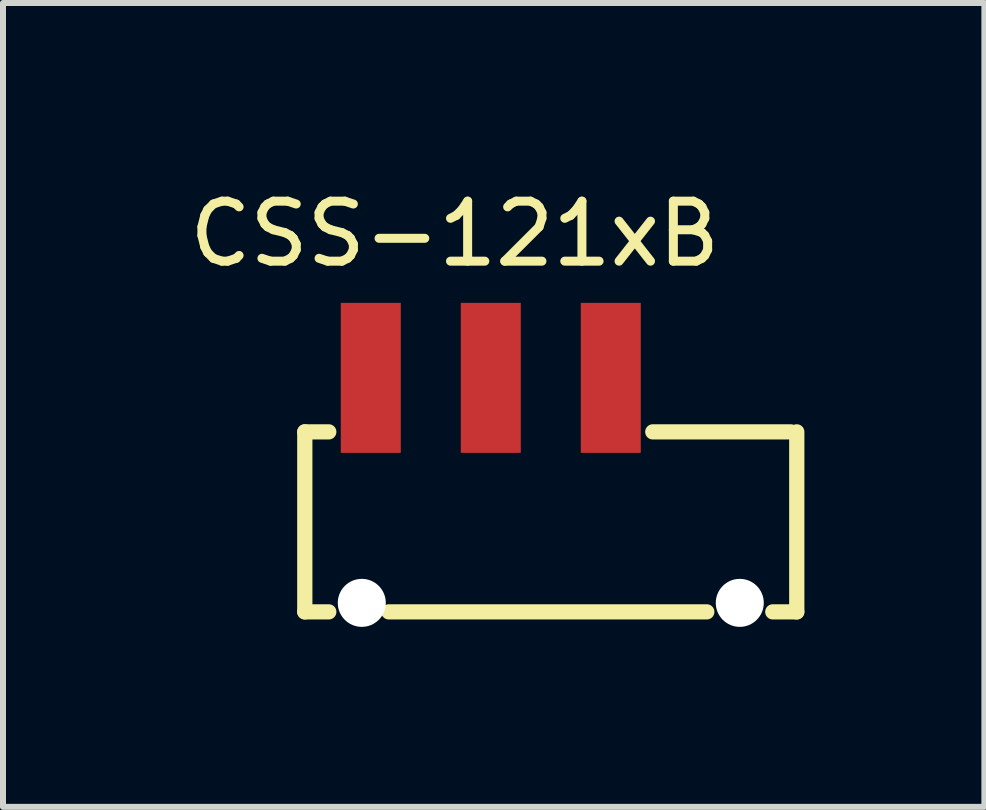
<source format=kicad_pcb>
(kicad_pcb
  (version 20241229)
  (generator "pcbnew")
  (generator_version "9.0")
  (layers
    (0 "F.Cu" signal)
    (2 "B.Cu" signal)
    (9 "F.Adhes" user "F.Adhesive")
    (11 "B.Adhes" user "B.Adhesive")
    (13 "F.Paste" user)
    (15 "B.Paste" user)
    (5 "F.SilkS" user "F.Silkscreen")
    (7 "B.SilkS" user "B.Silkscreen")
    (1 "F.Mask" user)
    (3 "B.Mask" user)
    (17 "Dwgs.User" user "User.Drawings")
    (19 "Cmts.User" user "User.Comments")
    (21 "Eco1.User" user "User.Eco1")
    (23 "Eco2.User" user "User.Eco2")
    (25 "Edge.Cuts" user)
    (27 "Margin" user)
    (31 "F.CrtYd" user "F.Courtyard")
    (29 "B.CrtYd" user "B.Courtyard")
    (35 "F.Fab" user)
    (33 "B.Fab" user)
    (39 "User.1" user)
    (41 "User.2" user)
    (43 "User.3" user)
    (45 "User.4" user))
  (footprint "CSS-121xB"
    (layer "F.Cu")
    (at 3.13 3.248)
    (property "Reference" "CSS-121xB" (at 1.4 -2.4 0) (layer "F.SilkS") (effects (font (size 1 1) (thickness 0.15))))
    (attr through_hole)
    (fp_line (start -1.1 0.9) (end -0.7 0.9) (stroke (width 0.254) (type solid)) (layer "F.SilkS"))
    (fp_line (start -1.1 3.9) (end -1.1 0.9) (stroke (width 0.254) (type solid)) (layer "F.SilkS"))
    (fp_line (start -1.1 3.9) (end -0.7 3.9) (stroke (width 0.254) (type solid)) (layer "F.SilkS"))
    (fp_line (start 0.3 3.9) (end 5.6 3.9) (stroke (width 0.254) (type solid)) (layer "F.SilkS"))
    (fp_line (start 7 0.9) (end 4.7 0.9) (stroke (width 0.254) (type solid)) (layer "F.SilkS"))
    (fp_line (start 7.1 0.9) (end 7.1 3.9) (stroke (width 0.254) (type solid)) (layer "F.SilkS"))
    (fp_line (start 7.1 3.9) (end 6.7 3.9) (stroke (width 0.254) (type solid)) (layer "F.SilkS"))
    (pad "" np_thru_hole circle (at -0.15 3.75) (size 0.8 0.8) (drill 0.8) (layers "*.Cu" "*.Mask"))
    (pad "" np_thru_hole circle (at 6.15 3.75) (size 0.8 0.8) (drill 0.8) (layers "*.Cu" "*.Mask"))
    (pad "1" smd rect (at 0 0) (size 1 2.5) (layers "F.Cu" "F.Mask" "F.Paste"))
    (pad "2" smd rect (at 2 0) (size 1 2.5) (layers "F.Cu" "F.Mask" "F.Paste"))
    (pad "3" smd rect (at 4 0) (size 1 2.5) (layers "F.Cu" "F.Mask" "F.Paste")))
  (gr_rect
    (start -3 -3)
    (end 13.357 10.398)
    (stroke (width 0.1) (type default))
    (fill no)
    (layer "Edge.Cuts")))
</source>
